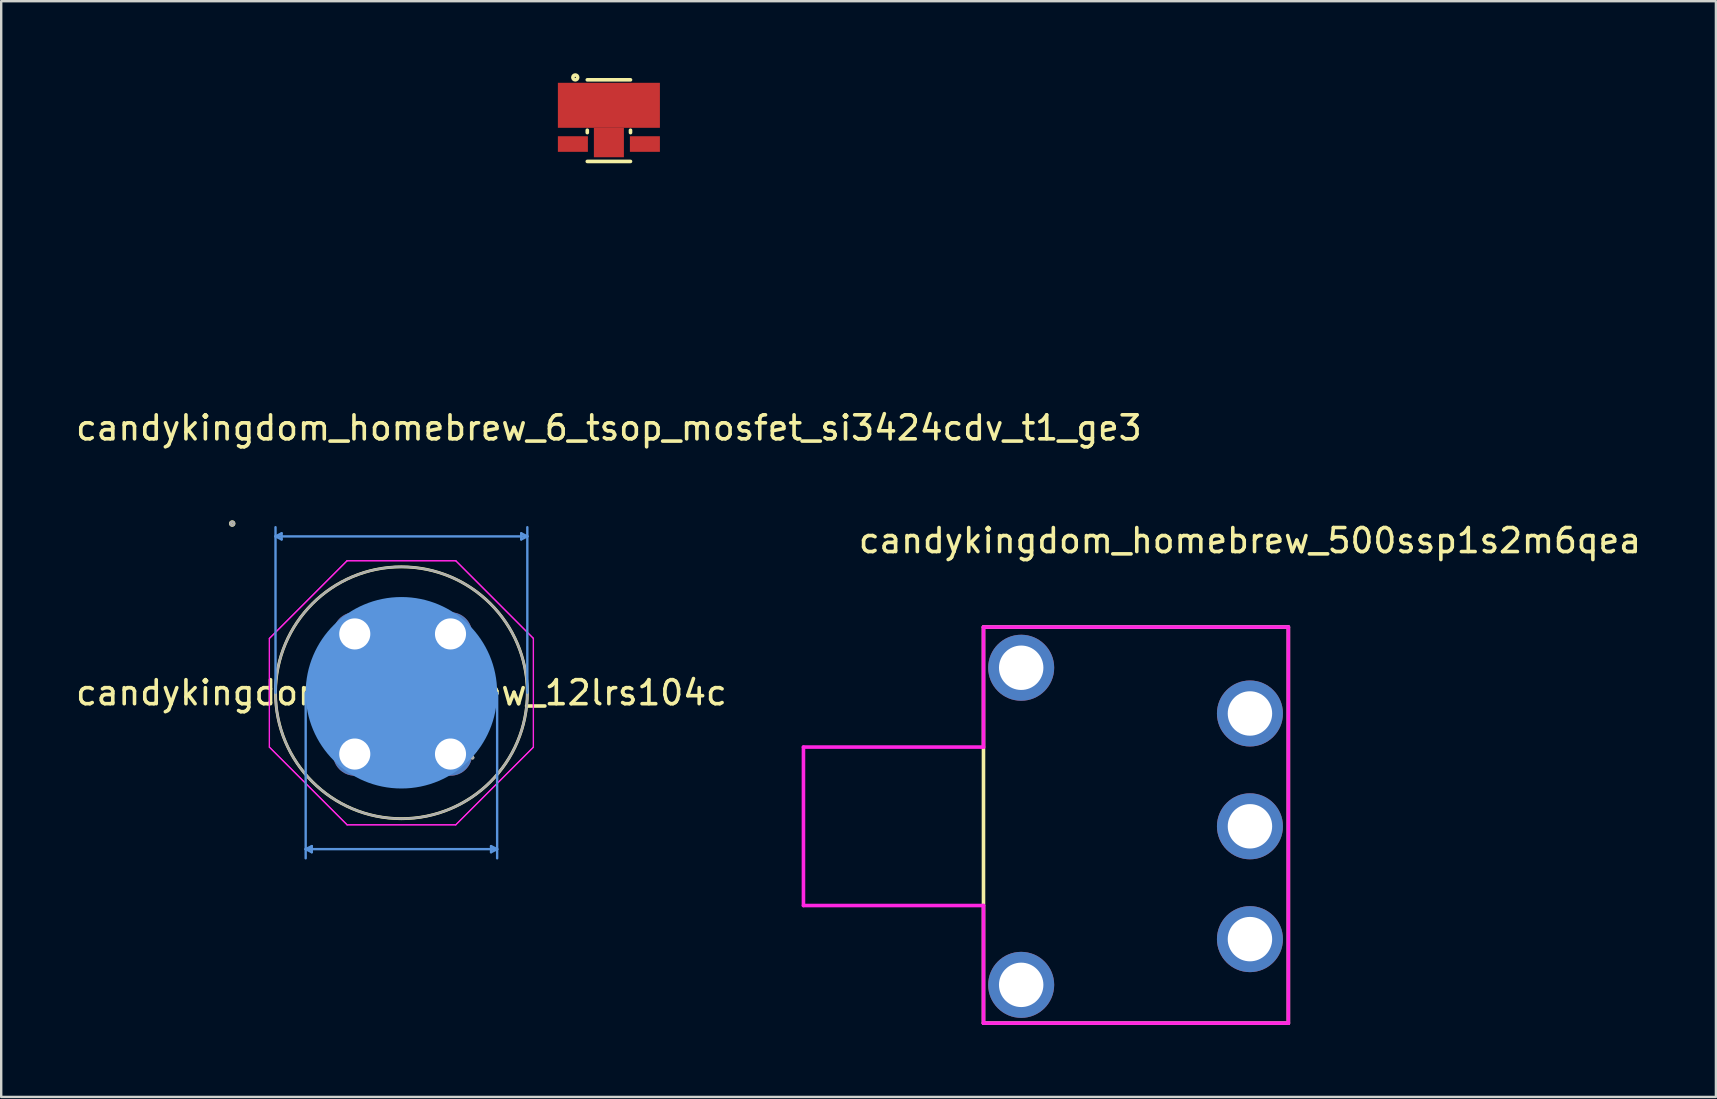
<source format=kicad_pcb>
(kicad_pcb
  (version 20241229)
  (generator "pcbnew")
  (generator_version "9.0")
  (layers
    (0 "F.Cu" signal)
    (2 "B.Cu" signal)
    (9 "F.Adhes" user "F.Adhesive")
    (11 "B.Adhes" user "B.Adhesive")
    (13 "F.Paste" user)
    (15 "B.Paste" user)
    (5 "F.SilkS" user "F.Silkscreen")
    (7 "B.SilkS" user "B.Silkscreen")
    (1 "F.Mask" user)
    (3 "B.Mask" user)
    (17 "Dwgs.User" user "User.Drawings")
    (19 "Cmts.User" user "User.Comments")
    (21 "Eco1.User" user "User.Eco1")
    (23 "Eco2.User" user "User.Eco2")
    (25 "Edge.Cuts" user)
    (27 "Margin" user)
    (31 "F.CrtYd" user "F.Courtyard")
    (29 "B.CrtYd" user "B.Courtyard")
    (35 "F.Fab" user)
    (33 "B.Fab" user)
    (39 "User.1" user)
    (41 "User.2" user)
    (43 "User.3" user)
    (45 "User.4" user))
  (footprint "candykingdom_homebrew_12lrs104c"
    (layer "F.Cu")
    (at 16.492 28.629)
    (property "Reference" "candykingdom_homebrew_12lrs104c" (at -2.82 -2.82 0) (layer "F.SilkS") (effects (font (size 1 1) (thickness 0.15))))
    (attr through_hole)
    (fp_circle (center -9.869 -9.869) (end -9.793 -9.869) (stroke (width 0.12) (type solid)) (fill no) (layer "F.SilkS"))
    (fp_circle (center -2.82 -2.82) (end 2.425 -2.82) (stroke (width 0.12) (type solid)) (fill no) (layer "F.SilkS"))
    (fp_line (start -8.065 -9.335) (end -7.811 -9.462) (stroke (width 0.1) (type solid)) (layer "Cmts.User"))
    (fp_line (start -8.065 -9.335) (end -7.811 -9.208) (stroke (width 0.1) (type solid)) (layer "Cmts.User"))
    (fp_line (start -8.065 -9.335) (end 2.425 -9.335) (stroke (width 0.1) (type solid)) (layer "Cmts.User"))
    (fp_line (start -8.065 -2.82) (end -8.065 -9.716) (stroke (width 0.1) (type solid)) (layer "Cmts.User"))
    (fp_line (start -7.811 -9.462) (end -7.811 -9.208) (stroke (width 0.1) (type solid)) (layer "Cmts.User"))
    (fp_line (start -6.808 -2.82) (end -6.808 4.076) (stroke (width 0.1) (type solid)) (layer "Cmts.User"))
    (fp_line (start -6.808 3.695) (end -6.554 3.568) (stroke (width 0.1) (type solid)) (layer "Cmts.User"))
    (fp_line (start -6.808 3.695) (end -6.554 3.822) (stroke (width 0.1) (type solid)) (layer "Cmts.User"))
    (fp_line (start -6.808 3.695) (end 1.168 3.695) (stroke (width 0.1) (type solid)) (layer "Cmts.User"))
    (fp_line (start -6.554 3.568) (end -6.554 3.822) (stroke (width 0.1) (type solid)) (layer "Cmts.User"))
    (fp_line (start 0.914 3.568) (end 0.914 3.822) (stroke (width 0.1) (type solid)) (layer "Cmts.User"))
    (fp_line (start 1.168 -2.82) (end 1.168 4.076) (stroke (width 0.1) (type solid)) (layer "Cmts.User"))
    (fp_line (start 1.168 3.695) (end 0.914 3.568) (stroke (width 0.1) (type solid)) (layer "Cmts.User"))
    (fp_line (start 1.168 3.695) (end 0.914 3.822) (stroke (width 0.1) (type solid)) (layer "Cmts.User"))
    (fp_line (start 2.171 -9.462) (end 2.171 -9.208) (stroke (width 0.1) (type solid)) (layer "Cmts.User"))
    (fp_line (start 2.425 -9.335) (end 2.171 -9.462) (stroke (width 0.1) (type solid)) (layer "Cmts.User"))
    (fp_line (start 2.425 -9.335) (end 2.171 -9.208) (stroke (width 0.1) (type solid)) (layer "Cmts.User"))
    (fp_line (start 2.425 -2.82) (end 2.425 -9.716) (stroke (width 0.1) (type solid)) (layer "Cmts.User"))
    (fp_circle (center -2.82 -2.82) (end 1.168 -2.82) (stroke (width 0) (type solid)) (fill yes) (layer "Cmts.User"))
    (fp_line (start -8.319 -5.084) (end -5.084 -8.319) (stroke (width 0.05) (type solid)) (layer "F.CrtYd"))
    (fp_line (start -8.319 -5.084) (end -5.084 -8.319) (stroke (width 0.05) (type solid)) (layer "F.CrtYd"))
    (fp_line (start -8.319 -0.555) (end -8.319 -5.084) (stroke (width 0.05) (type solid)) (layer "F.CrtYd"))
    (fp_line (start -8.319 -0.555) (end -8.319 -5.084) (stroke (width 0.05) (type solid)) (layer "F.CrtYd"))
    (fp_line (start -5.084 -8.319) (end -0.555 -8.319) (stroke (width 0.05) (type solid)) (layer "F.CrtYd"))
    (fp_line (start -5.084 -8.319) (end -0.555 -8.319) (stroke (width 0.05) (type solid)) (layer "F.CrtYd"))
    (fp_line (start -5.084 2.679) (end -8.319 -0.555) (stroke (width 0.05) (type solid)) (layer "F.CrtYd"))
    (fp_line (start -5.084 2.679) (end -8.319 -0.555) (stroke (width 0.05) (type solid)) (layer "F.CrtYd"))
    (fp_line (start -0.555 -8.319) (end 2.679 -5.084) (stroke (width 0.05) (type solid)) (layer "F.CrtYd"))
    (fp_line (start -0.555 -8.319) (end 2.679 -5.084) (stroke (width 0.05) (type solid)) (layer "F.CrtYd"))
    (fp_line (start -0.555 2.679) (end -5.084 2.679) (stroke (width 0.05) (type solid)) (layer "F.CrtYd"))
    (fp_line (start -0.555 2.679) (end -5.084 2.679) (stroke (width 0.05) (type solid)) (layer "F.CrtYd"))
    (fp_line (start 2.679 -5.084) (end 2.679 -0.555) (stroke (width 0.05) (type solid)) (layer "F.CrtYd"))
    (fp_line (start 2.679 -5.084) (end 2.679 -0.555) (stroke (width 0.05) (type solid)) (layer "F.CrtYd"))
    (fp_line (start 2.679 -0.555) (end -0.555 2.679) (stroke (width 0.05) (type solid)) (layer "F.CrtYd"))
    (fp_line (start 2.679 -0.555) (end -0.555 2.679) (stroke (width 0.05) (type solid)) (layer "F.CrtYd"))
    (fp_circle (center -9.869 -9.869) (end -9.793 -9.869) (stroke (width 0.1) (type solid)) (fill no) (layer "F.Fab"))
    (fp_circle (center -2.82 -2.82) (end 2.425 -2.82) (stroke (width 0.1) (type solid)) (fill no) (layer "F.Fab"))
    (fp_text user "*" (at 0 0 0) (layer "F.SilkS") (effects (font (size 1 1) (thickness 0.15))))
    (fp_text user "Copyright 2021 Accelerated Designs. All rights reserved." (at 0 0 0) (layer "Cmts.User") (effects (font (size 0.127 0.127) (thickness 0.002))))
    (fp_text user "*" (at 0 0 0) (layer "F.Fab") (effects (font (size 1 1) (thickness 0.15))))
    (pad "1" thru_hole circle (at -4.763 -5.271) (size 1.803 1.803) (drill 1.295) (layers "*.Cu" "*.Mask"))
    (pad "2" thru_hole circle (at -4.763 -0.267 90) (size 1.803 1.803) (drill 1.295) (layers "*.Cu" "*.Mask"))
    (pad "3" thru_hole circle (at -0.775 -0.267) (size 1.803 1.803) (drill 1.295) (layers "*.Cu" "*.Mask"))
    (pad "4" thru_hole circle (at -0.775 -5.271 90) (size 1.803 1.803) (drill 1.295) (layers "*.Cu" "*.Mask")))
  (footprint "candykingdom_homebrew_500ssp1s2m6qea"
    (layer "F.Cu")
    (at 49.02 31.372)
    (property "Reference" "candykingdom_homebrew_500ssp1s2m6qea" (at 0 -11.9 0) (layer "F.SilkS") (effects (font (size 1 1) (thickness 0.15))))
    (attr through_hole)
    (fp_line (start -11.1 -8.3) (end -11.1 8.2) (stroke (width 0.15) (type solid)) (layer "F.SilkS"))
    (fp_line (start -11.1 -8.3) (end 1.6 -8.3) (stroke (width 0.15) (type solid)) (layer "F.SilkS"))
    (fp_line (start -11.1 8.2) (end 1.6 8.2) (stroke (width 0.15) (type solid)) (layer "F.SilkS"))
    (fp_line (start 1.6 -8.3) (end 1.6 8.2) (stroke (width 0.15) (type solid)) (layer "F.SilkS"))
    (fp_line (start -18.6 -3.3) (end -18.6 3.3) (stroke (width 0.15) (type solid)) (layer "F.CrtYd"))
    (fp_line (start -11.1 -8.3) (end 1.6 -8.3) (stroke (width 0.15) (type solid)) (layer "F.CrtYd"))
    (fp_line (start -11.1 -3.3) (end -18.6 -3.3) (stroke (width 0.15) (type solid)) (layer "F.CrtYd"))
    (fp_line (start -11.1 -3.3) (end -11.1 -8.3) (stroke (width 0.15) (type solid)) (layer "F.CrtYd"))
    (fp_line (start -11.1 3.3) (end -18.6 3.3) (stroke (width 0.15) (type solid)) (layer "F.CrtYd"))
    (fp_line (start -11.1 3.3) (end -11.1 8.2) (stroke (width 0.15) (type solid)) (layer "F.CrtYd"))
    (fp_line (start -11.1 8.2) (end 1.6 8.2) (stroke (width 0.15) (type solid)) (layer "F.CrtYd"))
    (fp_line (start 1.6 -8.3) (end 1.6 8.2) (stroke (width 0.15) (type solid)) (layer "F.CrtYd"))
    (pad "1" thru_hole circle (at 0 -4.7) (size 2.75 2.75) (drill 1.85) (layers "*.Cu" "*.Mask"))
    (pad "2" thru_hole circle (at 0 0) (size 2.75 2.75) (drill 1.85) (layers "*.Cu" "*.Mask"))
    (pad "3" thru_hole circle (at 0 4.7) (size 2.75 2.75) (drill 1.85) (layers "*.Cu" "*.Mask"))
    (pad "~" thru_hole circle (at -9.53 -6.605) (size 2.75 2.75) (drill 1.85) (layers "*.Cu" "*.Mask"))
    (pad "~" thru_hole circle (at -9.53 6.605) (size 2.75 2.75) (drill 1.85) (layers "*.Cu" "*.Mask")))
  (footprint "candykingdom_homebrew_6_tsop_mosfet_si3424cdv_t1_ge3"
    (layer "F.Cu")
    (at 22.315 2.275)
    (property "Reference" "candykingdom_homebrew_6_tsop_mosfet_si3424cdv_t1_ge3" (at 0 12.5 0) (layer "F.SilkS") (effects (font (size 1 1) (thickness 0.15))))
    (attr through_hole)
    (fp_line (start -0.9 -2) (end 0.9 -2) (stroke (width 0.15) (type solid)) (layer "F.SilkS"))
    (fp_line (start -0.9 0.1) (end -0.9 0.2) (stroke (width 0.15) (type solid)) (layer "F.SilkS"))
    (fp_line (start -0.9 1.4) (end 0.9 1.4) (stroke (width 0.15) (type solid)) (layer "F.SilkS"))
    (fp_line (start 0.9 0.1) (end 0.9 0.2) (stroke (width 0.15) (type solid)) (layer "F.SilkS"))
    (fp_circle (center -1.4 -2.1) (end -1.5 -2.1) (stroke (width 0.15) (type solid)) (fill no) (layer "F.SilkS"))
    (pad "D" smd rect (at 0 -0.938) (size 4.25 1.875) (layers "F.Cu" "F.Mask" "F.Paste"))
    (pad "D" smd rect (at 0 0.613) (size 1.25 1.225) (layers "F.Cu" "F.Mask" "F.Paste"))
    (pad "G" smd rect (at -1.5 0.675) (size 1.25 0.65) (layers "F.Cu" "F.Mask" "F.Paste"))
    (pad "S" smd rect (at 1.5 0.675) (size 1.25 0.65) (layers "F.Cu" "F.Mask" "F.Paste")))
  (gr_rect
    (start -3 -3)
    (end 68.431 42.647)
    (stroke (width 0.1) (type default))
    (fill no)
    (layer "Edge.Cuts")))
</source>
